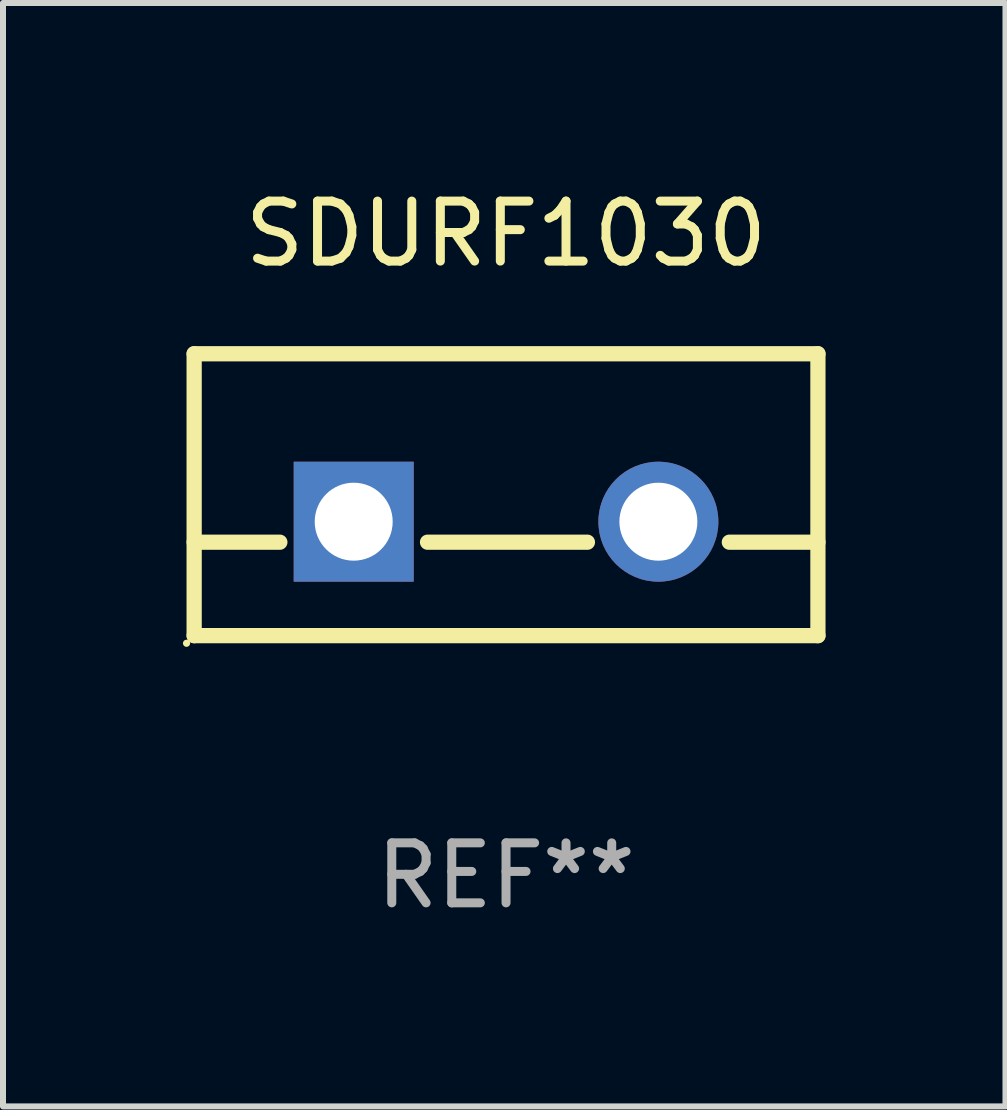
<source format=kicad_pcb>
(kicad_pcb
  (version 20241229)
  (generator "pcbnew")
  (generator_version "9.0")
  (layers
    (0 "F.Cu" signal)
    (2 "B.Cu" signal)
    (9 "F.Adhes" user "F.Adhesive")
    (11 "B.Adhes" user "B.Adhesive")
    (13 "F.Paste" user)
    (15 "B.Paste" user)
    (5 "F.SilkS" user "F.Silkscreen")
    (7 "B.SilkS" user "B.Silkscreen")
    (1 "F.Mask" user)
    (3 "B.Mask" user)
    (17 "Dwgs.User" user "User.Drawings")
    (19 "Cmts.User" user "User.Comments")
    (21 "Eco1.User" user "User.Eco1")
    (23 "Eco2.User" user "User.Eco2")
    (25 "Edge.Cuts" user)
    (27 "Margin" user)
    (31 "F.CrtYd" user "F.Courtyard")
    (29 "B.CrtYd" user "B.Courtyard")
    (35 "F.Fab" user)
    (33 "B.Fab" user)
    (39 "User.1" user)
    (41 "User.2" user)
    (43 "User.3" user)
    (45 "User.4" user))
  (footprint "SDURF1030"
    (layer "F.Cu")
    (at 5.387 5.198)
    (property "Reference" "SDURF1030" (at 0 -4.35 0) (layer "F.SilkS") (effects (font (size 1 1) (thickness 0.15))))
    (attr through_hole)
    (fp_line (start -5.2 -2.35) (end -5.2 2.35) (stroke (width 0.254) (type solid)) (layer "F.SilkS"))
    (fp_line (start -5.2 -2.35) (end 5.2 -2.35) (stroke (width 0.254) (type solid)) (layer "F.SilkS"))
    (fp_line (start -5.2 0.792) (end -3.771 0.792) (stroke (width 0.254) (type solid)) (layer "F.SilkS"))
    (fp_line (start -5.2 2.35) (end 5.2 2.35) (stroke (width 0.254) (type solid)) (layer "F.SilkS"))
    (fp_line (start -1.309 0.792) (end 1.357 0.792) (stroke (width 0.254) (type solid)) (layer "F.SilkS"))
    (fp_line (start 3.723 0.792) (end 5.2 0.792) (stroke (width 0.254) (type solid)) (layer "F.SilkS"))
    (fp_line (start 5.2 -2.35) (end 5.2 2.35) (stroke (width 0.254) (type solid)) (layer "F.SilkS"))
    (fp_circle (center -5.327 2.477) (end -5.297 2.477) (stroke (width 0.06) (type solid)) (fill no) (layer "F.SilkS"))
    (fp_text user "REF**" (at 0 6.35 0) (layer "F.Fab") (effects (font (size 1 1) (thickness 0.15))))
    (pad "1" thru_hole rect (at -2.54 0.45) (size 2 2) (drill 1.3) (layers "*.Cu" "*.Mask"))
    (pad "2" thru_hole circle (at 2.54 0.45) (size 2 2) (drill 1.3) (layers "*.Cu" "*.Mask")))
  (gr_rect
    (start -3 -3)
    (end 13.714 15.397)
    (stroke (width 0.1) (type default))
    (fill no)
    (layer "Edge.Cuts")))
</source>
